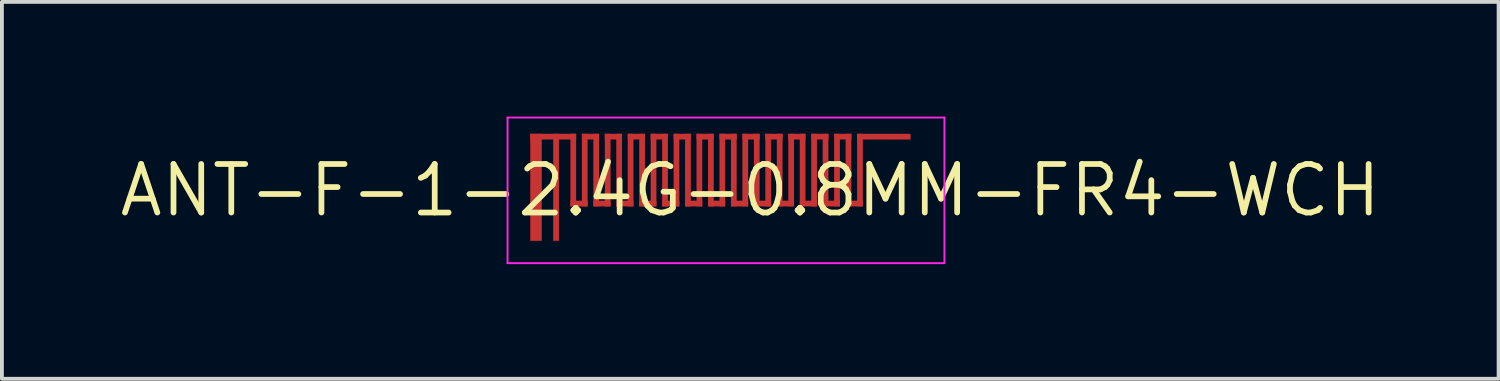
<source format=kicad_pcb>
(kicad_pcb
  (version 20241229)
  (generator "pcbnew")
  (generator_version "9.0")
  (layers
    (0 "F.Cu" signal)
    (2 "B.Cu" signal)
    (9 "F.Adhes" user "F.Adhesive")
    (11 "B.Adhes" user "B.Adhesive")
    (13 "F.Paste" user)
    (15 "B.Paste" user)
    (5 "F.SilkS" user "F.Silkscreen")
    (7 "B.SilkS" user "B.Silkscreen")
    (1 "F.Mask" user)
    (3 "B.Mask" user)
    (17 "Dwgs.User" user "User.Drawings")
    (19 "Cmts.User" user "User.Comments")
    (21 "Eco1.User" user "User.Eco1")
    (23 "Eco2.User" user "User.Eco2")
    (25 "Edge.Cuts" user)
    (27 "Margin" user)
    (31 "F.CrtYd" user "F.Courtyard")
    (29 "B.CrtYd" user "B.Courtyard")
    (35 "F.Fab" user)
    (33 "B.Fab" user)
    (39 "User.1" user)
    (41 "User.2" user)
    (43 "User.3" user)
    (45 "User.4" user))
  (footprint "ANT-F-1-2.4G-0.8MM-FR4-WCH"
    (layer "F.Cu")
    (at 15.943 1.93)
    (property "Reference" "ANT-F-1-2.4G-0.8MM-FR4-WCH" (at 0.635 0 0) (layer "F.SilkS") (effects (font (size 1.27 1.27) (thickness 0.15))))
    (attr exclude_from_pos_files exclude_from_bom)
    (fp_poly (pts (xy -4.37 -1.33) (xy -3.92 -1.33) (xy -3.92 -1.48) (xy -4.37 -1.48)) (stroke (width 0) (type solid)) (fill yes) (layer "F.Cu"))
    (fp_poly (pts (xy -4.37 -1.33) (xy -4.37 -1.48) (xy -5.12 -1.48) (xy -5.12 -1.33)) (stroke (width 0) (type solid)) (fill yes) (layer "F.Cu"))
    (fp_poly (pts (xy -4.07 0.42) (xy -3.92 0.42) (xy -3.92 -1.48) (xy -4.07 -1.48)) (stroke (width 0) (type solid)) (fill yes) (layer "F.Cu"))
    (fp_poly (pts (xy -4.07 0.42) (xy -3.62 0.42) (xy -3.62 0.27) (xy -4.07 0.27)) (stroke (width 0) (type solid)) (fill yes) (layer "F.Cu"))
    (fp_poly (pts (xy -3.77 0.42) (xy -3.62 0.42) (xy -3.62 -1.48) (xy -3.77 -1.48)) (stroke (width 0) (type solid)) (fill yes) (layer "F.Cu"))
    (fp_poly (pts (xy -3.77 -1.33) (xy -3.32 -1.33) (xy -3.32 -1.48) (xy -3.77 -1.48)) (stroke (width 0) (type solid)) (fill yes) (layer "F.Cu"))
    (fp_poly (pts (xy -3.47 0.42) (xy -3.32 0.42) (xy -3.32 -1.48) (xy -3.47 -1.48)) (stroke (width 0) (type solid)) (fill yes) (layer "F.Cu"))
    (fp_poly (pts (xy -3.47 0.42) (xy -3.02 0.42) (xy -3.02 0.27) (xy -3.47 0.27)) (stroke (width 0) (type solid)) (fill yes) (layer "F.Cu"))
    (fp_poly (pts (xy -3.17 -1.33) (xy -2.72 -1.33) (xy -2.72 -1.48) (xy -3.17 -1.48)) (stroke (width 0) (type solid)) (fill yes) (layer "F.Cu"))
    (fp_poly (pts (xy -3.17 0.42) (xy -3.02 0.42) (xy -3.02 -1.48) (xy -3.17 -1.48)) (stroke (width 0) (type solid)) (fill yes) (layer "F.Cu"))
    (fp_poly (pts (xy -2.87 0.42) (xy -2.72 0.42) (xy -2.72 -1.48) (xy -2.87 -1.48)) (stroke (width 0) (type solid)) (fill yes) (layer "F.Cu"))
    (fp_poly (pts (xy -2.87 0.42) (xy -2.42 0.42) (xy -2.42 0.27) (xy -2.87 0.27)) (stroke (width 0) (type solid)) (fill yes) (layer "F.Cu"))
    (fp_poly (pts (xy -2.57 0.42) (xy -2.42 0.42) (xy -2.42 -1.48) (xy -2.57 -1.48)) (stroke (width 0) (type solid)) (fill yes) (layer "F.Cu"))
    (fp_poly (pts (xy -2.57 -1.33) (xy -2.12 -1.33) (xy -2.12 -1.48) (xy -2.57 -1.48)) (stroke (width 0) (type solid)) (fill yes) (layer "F.Cu"))
    (fp_poly (pts (xy -2.27 0.42) (xy -2.12 0.42) (xy -2.12 -1.48) (xy -2.27 -1.48)) (stroke (width 0) (type solid)) (fill yes) (layer "F.Cu"))
    (fp_poly (pts (xy -2.27 0.42) (xy -1.82 0.42) (xy -1.82 0.27) (xy -2.27 0.27)) (stroke (width 0) (type solid)) (fill yes) (layer "F.Cu"))
    (fp_poly (pts (xy -1.97 0.42) (xy -1.82 0.42) (xy -1.82 -1.48) (xy -1.97 -1.48)) (stroke (width 0) (type solid)) (fill yes) (layer "F.Cu"))
    (fp_poly (pts (xy -1.97 -1.33) (xy -1.52 -1.33) (xy -1.52 -1.48) (xy -1.97 -1.48)) (stroke (width 0) (type solid)) (fill yes) (layer "F.Cu"))
    (fp_poly (pts (xy -1.67 0.42) (xy -1.52 0.42) (xy -1.52 -1.48) (xy -1.67 -1.48)) (stroke (width 0) (type solid)) (fill yes) (layer "F.Cu"))
    (fp_poly (pts (xy -1.67 0.42) (xy -1.22 0.42) (xy -1.22 0.27) (xy -1.67 0.27)) (stroke (width 0) (type solid)) (fill yes) (layer "F.Cu"))
    (fp_poly (pts (xy -1.37 0.42) (xy -1.22 0.42) (xy -1.22 -1.48) (xy -1.37 -1.48)) (stroke (width 0) (type solid)) (fill yes) (layer "F.Cu"))
    (fp_poly (pts (xy -1.37 -1.33) (xy -0.92 -1.33) (xy -0.92 -1.48) (xy -1.37 -1.48)) (stroke (width 0) (type solid)) (fill yes) (layer "F.Cu"))
    (fp_poly (pts (xy -1.07 0.42) (xy -0.92 0.42) (xy -0.92 -1.48) (xy -1.07 -1.48)) (stroke (width 0) (type solid)) (fill yes) (layer "F.Cu"))
    (fp_poly (pts (xy -1.07 0.42) (xy -0.62 0.42) (xy -0.62 0.27) (xy -1.07 0.27)) (stroke (width 0) (type solid)) (fill yes) (layer "F.Cu"))
    (fp_poly (pts (xy -0.77 0.42) (xy -0.62 0.42) (xy -0.62 -1.48) (xy -0.77 -1.48)) (stroke (width 0) (type solid)) (fill yes) (layer "F.Cu"))
    (fp_poly (pts (xy -0.77 -1.33) (xy -0.32 -1.33) (xy -0.32 -1.48) (xy -0.77 -1.48)) (stroke (width 0) (type solid)) (fill yes) (layer "F.Cu"))
    (fp_poly (pts (xy -0.47 0.42) (xy -0.32 0.42) (xy -0.32 -1.48) (xy -0.47 -1.48)) (stroke (width 0) (type solid)) (fill yes) (layer "F.Cu"))
    (fp_poly (pts (xy -0.47 0.42) (xy -0.02 0.42) (xy -0.02 0.27) (xy -0.47 0.27)) (stroke (width 0) (type solid)) (fill yes) (layer "F.Cu"))
    (fp_poly (pts (xy -0.17 0.42) (xy -0.02 0.42) (xy -0.02 -1.48) (xy -0.17 -1.48)) (stroke (width 0) (type solid)) (fill yes) (layer "F.Cu"))
    (fp_poly (pts (xy -0.17 -1.33) (xy 0.28 -1.33) (xy 0.28 -1.48) (xy -0.17 -1.48)) (stroke (width 0) (type solid)) (fill yes) (layer "F.Cu"))
    (fp_poly (pts (xy 0.13 0.42) (xy 0.28 0.42) (xy 0.28 -1.48) (xy 0.13 -1.48)) (stroke (width 0) (type solid)) (fill yes) (layer "F.Cu"))
    (fp_poly (pts (xy 0.13 0.42) (xy 0.58 0.42) (xy 0.58 0.27) (xy 0.13 0.27)) (stroke (width 0) (type solid)) (fill yes) (layer "F.Cu"))
    (fp_poly (pts (xy 0.43 0.42) (xy 0.58 0.42) (xy 0.58 -1.48) (xy 0.43 -1.48)) (stroke (width 0) (type solid)) (fill yes) (layer "F.Cu"))
    (fp_poly (pts (xy 0.43 -1.33) (xy 0.88 -1.33) (xy 0.88 -1.48) (xy 0.43 -1.48)) (stroke (width 0) (type solid)) (fill yes) (layer "F.Cu"))
    (fp_poly (pts (xy 0.73 0.42) (xy 0.88 0.42) (xy 0.88 -1.48) (xy 0.73 -1.48)) (stroke (width 0) (type solid)) (fill yes) (layer "F.Cu"))
    (fp_poly (pts (xy 0.73 0.42) (xy 1.18 0.42) (xy 1.18 0.27) (xy 0.73 0.27)) (stroke (width 0) (type solid)) (fill yes) (layer "F.Cu"))
    (fp_poly (pts (xy 1.03 0.42) (xy 1.18 0.42) (xy 1.18 -1.48) (xy 1.03 -1.48)) (stroke (width 0) (type solid)) (fill yes) (layer "F.Cu"))
    (fp_poly (pts (xy 1.03 -1.33) (xy 1.48 -1.33) (xy 1.48 -1.48) (xy 1.03 -1.48)) (stroke (width 0) (type solid)) (fill yes) (layer "F.Cu"))
    (fp_poly (pts (xy 1.33 0.42) (xy 1.48 0.42) (xy 1.48 -1.48) (xy 1.33 -1.48)) (stroke (width 0) (type solid)) (fill yes) (layer "F.Cu"))
    (fp_poly (pts (xy 1.33 0.42) (xy 1.78 0.42) (xy 1.78 0.27) (xy 1.33 0.27)) (stroke (width 0) (type solid)) (fill yes) (layer "F.Cu"))
    (fp_poly (pts (xy 1.63 0.42) (xy 1.78 0.42) (xy 1.78 -1.48) (xy 1.63 -1.48)) (stroke (width 0) (type solid)) (fill yes) (layer "F.Cu"))
    (fp_poly (pts (xy 1.63 -1.33) (xy 2.08 -1.33) (xy 2.08 -1.48) (xy 1.63 -1.48)) (stroke (width 0) (type solid)) (fill yes) (layer "F.Cu"))
    (fp_poly (pts (xy 1.93 0.42) (xy 2.08 0.42) (xy 2.08 -1.48) (xy 1.93 -1.48)) (stroke (width 0) (type solid)) (fill yes) (layer "F.Cu"))
    (fp_poly (pts (xy 1.93 0.42) (xy 2.38 0.42) (xy 2.38 0.27) (xy 1.93 0.27)) (stroke (width 0) (type solid)) (fill yes) (layer "F.Cu"))
    (fp_poly (pts (xy 2.23 0.42) (xy 2.38 0.42) (xy 2.38 -1.48) (xy 2.23 -1.48)) (stroke (width 0) (type solid)) (fill yes) (layer "F.Cu"))
    (fp_poly (pts (xy 2.23 -1.33) (xy 2.68 -1.33) (xy 2.68 -1.48) (xy 2.23 -1.48)) (stroke (width 0) (type solid)) (fill yes) (layer "F.Cu"))
    (fp_poly (pts (xy 2.53 0.42) (xy 2.68 0.42) (xy 2.68 -1.48) (xy 2.53 -1.48)) (stroke (width 0) (type solid)) (fill yes) (layer "F.Cu"))
    (fp_poly (pts (xy 2.53 0.42) (xy 2.98 0.42) (xy 2.98 0.27) (xy 2.53 0.27)) (stroke (width 0) (type solid)) (fill yes) (layer "F.Cu"))
    (fp_poly (pts (xy 2.83 0.42) (xy 2.98 0.42) (xy 2.98 -1.48) (xy 2.83 -1.48)) (stroke (width 0) (type solid)) (fill yes) (layer "F.Cu"))
    (fp_poly (pts (xy 2.83 -1.33) (xy 3.28 -1.33) (xy 3.28 -1.48) (xy 2.83 -1.48)) (stroke (width 0) (type solid)) (fill yes) (layer "F.Cu"))
    (fp_poly (pts (xy 3.13 0.42) (xy 3.28 0.42) (xy 3.28 -1.48) (xy 3.13 -1.48)) (stroke (width 0) (type solid)) (fill yes) (layer "F.Cu"))
    (fp_poly (pts (xy 3.13 0.42) (xy 3.58 0.42) (xy 3.58 0.27) (xy 3.13 0.27)) (stroke (width 0) (type solid)) (fill yes) (layer "F.Cu"))
    (fp_poly (pts (xy 3.43 0.42) (xy 3.58 0.42) (xy 3.58 -1.48) (xy 3.43 -1.48)) (stroke (width 0) (type solid)) (fill yes) (layer "F.Cu"))
    (fp_poly (pts (xy 3.43 -1.33) (xy 4.83 -1.33) (xy 4.83 -1.48) (xy 3.43 -1.48)) (stroke (width 0) (type solid)) (fill yes) (layer "F.Cu"))
    (fp_poly (pts (xy -5.12 1.32) (xy -4.82 1.32) (xy -4.82 -1.48) (xy -5.12 -1.48)) (stroke (width 0) (type solid)) (fill yes) (layer "F.Mask"))
    (fp_poly (pts (xy -4.52 1.32) (xy -4.37 1.32) (xy -4.37 -1.48) (xy -4.52 -1.48)) (stroke (width 0) (type solid)) (fill yes) (layer "F.Mask"))
    (fp_poly (pts (xy -4.37 -1.33) (xy -3.92 -1.33) (xy -3.92 -1.48) (xy -4.37 -1.48)) (stroke (width 0) (type solid)) (fill yes) (layer "F.Mask"))
    (fp_poly (pts (xy -4.37 -1.33) (xy -4.37 -1.48) (xy -5.12 -1.48) (xy -5.12 -1.33)) (stroke (width 0) (type solid)) (fill yes) (layer "F.Mask"))
    (fp_poly (pts (xy -4.07 0.42) (xy -3.92 0.42) (xy -3.92 -1.48) (xy -4.07 -1.48)) (stroke (width 0) (type solid)) (fill yes) (layer "F.Mask"))
    (fp_poly (pts (xy -4.07 0.42) (xy -3.62 0.42) (xy -3.62 0.27) (xy -4.07 0.27)) (stroke (width 0) (type solid)) (fill yes) (layer "F.Mask"))
    (fp_poly (pts (xy -3.77 0.42) (xy -3.62 0.42) (xy -3.62 -1.48) (xy -3.77 -1.48)) (stroke (width 0) (type solid)) (fill yes) (layer "F.Mask"))
    (fp_poly (pts (xy -3.77 -1.33) (xy -3.32 -1.33) (xy -3.32 -1.48) (xy -3.77 -1.48)) (stroke (width 0) (type solid)) (fill yes) (layer "F.Mask"))
    (fp_poly (pts (xy -3.47 0.42) (xy -3.32 0.42) (xy -3.32 -1.48) (xy -3.47 -1.48)) (stroke (width 0) (type solid)) (fill yes) (layer "F.Mask"))
    (fp_poly (pts (xy -3.47 0.42) (xy -3.02 0.42) (xy -3.02 0.27) (xy -3.47 0.27)) (stroke (width 0) (type solid)) (fill yes) (layer "F.Mask"))
    (fp_poly (pts (xy -3.17 -1.33) (xy -2.72 -1.33) (xy -2.72 -1.48) (xy -3.17 -1.48)) (stroke (width 0) (type solid)) (fill yes) (layer "F.Mask"))
    (fp_poly (pts (xy -3.17 0.42) (xy -3.02 0.42) (xy -3.02 -1.48) (xy -3.17 -1.48)) (stroke (width 0) (type solid)) (fill yes) (layer "F.Mask"))
    (fp_poly (pts (xy -2.87 0.42) (xy -2.72 0.42) (xy -2.72 -1.48) (xy -2.87 -1.48)) (stroke (width 0) (type solid)) (fill yes) (layer "F.Mask"))
    (fp_poly (pts (xy -2.87 0.42) (xy -2.42 0.42) (xy -2.42 0.27) (xy -2.87 0.27)) (stroke (width 0) (type solid)) (fill yes) (layer "F.Mask"))
    (fp_poly (pts (xy -2.57 0.42) (xy -2.42 0.42) (xy -2.42 -1.48) (xy -2.57 -1.48)) (stroke (width 0) (type solid)) (fill yes) (layer "F.Mask"))
    (fp_poly (pts (xy -2.57 -1.33) (xy -2.12 -1.33) (xy -2.12 -1.48) (xy -2.57 -1.48)) (stroke (width 0) (type solid)) (fill yes) (layer "F.Mask"))
    (fp_poly (pts (xy -2.27 0.42) (xy -2.12 0.42) (xy -2.12 -1.48) (xy -2.27 -1.48)) (stroke (width 0) (type solid)) (fill yes) (layer "F.Mask"))
    (fp_poly (pts (xy -2.27 0.42) (xy -1.82 0.42) (xy -1.82 0.27) (xy -2.27 0.27)) (stroke (width 0) (type solid)) (fill yes) (layer "F.Mask"))
    (fp_poly (pts (xy -1.97 0.42) (xy -1.82 0.42) (xy -1.82 -1.48) (xy -1.97 -1.48)) (stroke (width 0) (type solid)) (fill yes) (layer "F.Mask"))
    (fp_poly (pts (xy -1.97 -1.33) (xy -1.52 -1.33) (xy -1.52 -1.48) (xy -1.97 -1.48)) (stroke (width 0) (type solid)) (fill yes) (layer "F.Mask"))
    (fp_poly (pts (xy -1.67 0.42) (xy -1.52 0.42) (xy -1.52 -1.48) (xy -1.67 -1.48)) (stroke (width 0) (type solid)) (fill yes) (layer "F.Mask"))
    (fp_poly (pts (xy -1.67 0.42) (xy -1.22 0.42) (xy -1.22 0.27) (xy -1.67 0.27)) (stroke (width 0) (type solid)) (fill yes) (layer "F.Mask"))
    (fp_poly (pts (xy -1.37 0.42) (xy -1.22 0.42) (xy -1.22 -1.48) (xy -1.37 -1.48)) (stroke (width 0) (type solid)) (fill yes) (layer "F.Mask"))
    (fp_poly (pts (xy -1.37 -1.33) (xy -0.92 -1.33) (xy -0.92 -1.48) (xy -1.37 -1.48)) (stroke (width 0) (type solid)) (fill yes) (layer "F.Mask"))
    (fp_poly (pts (xy -1.07 0.42) (xy -0.92 0.42) (xy -0.92 -1.48) (xy -1.07 -1.48)) (stroke (width 0) (type solid)) (fill yes) (layer "F.Mask"))
    (fp_poly (pts (xy -1.07 0.42) (xy -0.62 0.42) (xy -0.62 0.27) (xy -1.07 0.27)) (stroke (width 0) (type solid)) (fill yes) (layer "F.Mask"))
    (fp_poly (pts (xy -0.77 0.42) (xy -0.62 0.42) (xy -0.62 -1.48) (xy -0.77 -1.48)) (stroke (width 0) (type solid)) (fill yes) (layer "F.Mask"))
    (fp_poly (pts (xy -0.77 -1.33) (xy -0.32 -1.33) (xy -0.32 -1.48) (xy -0.77 -1.48)) (stroke (width 0) (type solid)) (fill yes) (layer "F.Mask"))
    (fp_poly (pts (xy -0.47 0.42) (xy -0.32 0.42) (xy -0.32 -1.48) (xy -0.47 -1.48)) (stroke (width 0) (type solid)) (fill yes) (layer "F.Mask"))
    (fp_poly (pts (xy -0.47 0.42) (xy -0.02 0.42) (xy -0.02 0.27) (xy -0.47 0.27)) (stroke (width 0) (type solid)) (fill yes) (layer "F.Mask"))
    (fp_poly (pts (xy -0.17 0.42) (xy -0.02 0.42) (xy -0.02 -1.48) (xy -0.17 -1.48)) (stroke (width 0) (type solid)) (fill yes) (layer "F.Mask"))
    (fp_poly (pts (xy -0.17 -1.33) (xy 0.28 -1.33) (xy 0.28 -1.48) (xy -0.17 -1.48)) (stroke (width 0) (type solid)) (fill yes) (layer "F.Mask"))
    (fp_poly (pts (xy 0.13 0.42) (xy 0.28 0.42) (xy 0.28 -1.48) (xy 0.13 -1.48)) (stroke (width 0) (type solid)) (fill yes) (layer "F.Mask"))
    (fp_poly (pts (xy 0.13 0.42) (xy 0.58 0.42) (xy 0.58 0.27) (xy 0.13 0.27)) (stroke (width 0) (type solid)) (fill yes) (layer "F.Mask"))
    (fp_poly (pts (xy 0.43 0.42) (xy 0.58 0.42) (xy 0.58 -1.48) (xy 0.43 -1.48)) (stroke (width 0) (type solid)) (fill yes) (layer "F.Mask"))
    (fp_poly (pts (xy 0.43 -1.33) (xy 0.88 -1.33) (xy 0.88 -1.48) (xy 0.43 -1.48)) (stroke (width 0) (type solid)) (fill yes) (layer "F.Mask"))
    (fp_poly (pts (xy 0.73 0.42) (xy 0.88 0.42) (xy 0.88 -1.48) (xy 0.73 -1.48)) (stroke (width 0) (type solid)) (fill yes) (layer "F.Mask"))
    (fp_poly (pts (xy 0.73 0.42) (xy 1.18 0.42) (xy 1.18 0.27) (xy 0.73 0.27)) (stroke (width 0) (type solid)) (fill yes) (layer "F.Mask"))
    (fp_poly (pts (xy 1.03 0.42) (xy 1.18 0.42) (xy 1.18 -1.48) (xy 1.03 -1.48)) (stroke (width 0) (type solid)) (fill yes) (layer "F.Mask"))
    (fp_poly (pts (xy 1.03 -1.33) (xy 1.48 -1.33) (xy 1.48 -1.48) (xy 1.03 -1.48)) (stroke (width 0) (type solid)) (fill yes) (layer "F.Mask"))
    (fp_poly (pts (xy 1.33 0.42) (xy 1.48 0.42) (xy 1.48 -1.48) (xy 1.33 -1.48)) (stroke (width 0) (type solid)) (fill yes) (layer "F.Mask"))
    (fp_poly (pts (xy 1.33 0.42) (xy 1.78 0.42) (xy 1.78 0.27) (xy 1.33 0.27)) (stroke (width 0) (type solid)) (fill yes) (layer "F.Mask"))
    (fp_poly (pts (xy 1.63 0.42) (xy 1.78 0.42) (xy 1.78 -1.48) (xy 1.63 -1.48)) (stroke (width 0) (type solid)) (fill yes) (layer "F.Mask"))
    (fp_poly (pts (xy 1.63 -1.33) (xy 2.08 -1.33) (xy 2.08 -1.48) (xy 1.63 -1.48)) (stroke (width 0) (type solid)) (fill yes) (layer "F.Mask"))
    (fp_poly (pts (xy 1.93 0.42) (xy 2.08 0.42) (xy 2.08 -1.48) (xy 1.93 -1.48)) (stroke (width 0) (type solid)) (fill yes) (layer "F.Mask"))
    (fp_poly (pts (xy 1.93 0.42) (xy 2.38 0.42) (xy 2.38 0.27) (xy 1.93 0.27)) (stroke (width 0) (type solid)) (fill yes) (layer "F.Mask"))
    (fp_poly (pts (xy 2.23 0.42) (xy 2.38 0.42) (xy 2.38 -1.48) (xy 2.23 -1.48)) (stroke (width 0) (type solid)) (fill yes) (layer "F.Mask"))
    (fp_poly (pts (xy 2.23 -1.33) (xy 2.68 -1.33) (xy 2.68 -1.48) (xy 2.23 -1.48)) (stroke (width 0) (type solid)) (fill yes) (layer "F.Mask"))
    (fp_poly (pts (xy 2.53 0.42) (xy 2.68 0.42) (xy 2.68 -1.48) (xy 2.53 -1.48)) (stroke (width 0) (type solid)) (fill yes) (layer "F.Mask"))
    (fp_poly (pts (xy 2.53 0.42) (xy 2.98 0.42) (xy 2.98 0.27) (xy 2.53 0.27)) (stroke (width 0) (type solid)) (fill yes) (layer "F.Mask"))
    (fp_poly (pts (xy 2.83 0.42) (xy 2.98 0.42) (xy 2.98 -1.48) (xy 2.83 -1.48)) (stroke (width 0) (type solid)) (fill yes) (layer "F.Mask"))
    (fp_poly (pts (xy 2.83 -1.33) (xy 3.28 -1.33) (xy 3.28 -1.48) (xy 2.83 -1.48)) (stroke (width 0) (type solid)) (fill yes) (layer "F.Mask"))
    (fp_poly (pts (xy 3.13 0.42) (xy 3.28 0.42) (xy 3.28 -1.48) (xy 3.13 -1.48)) (stroke (width 0) (type solid)) (fill yes) (layer "F.Mask"))
    (fp_poly (pts (xy 3.13 0.42) (xy 3.58 0.42) (xy 3.58 0.27) (xy 3.13 0.27)) (stroke (width 0) (type solid)) (fill yes) (layer "F.Mask"))
    (fp_poly (pts (xy 3.43 0.42) (xy 3.58 0.42) (xy 3.58 -1.48) (xy 3.43 -1.48)) (stroke (width 0) (type solid)) (fill yes) (layer "F.Mask"))
    (fp_poly (pts (xy 3.43 -1.33) (xy 4.83 -1.33) (xy 4.83 -1.48) (xy 3.43 -1.48)) (stroke (width 0) (type solid)) (fill yes) (layer "F.Mask"))
    (fp_line (start -5.715 -1.905) (end 5.715 -1.905) (stroke (width 0.05) (type solid)) (layer "F.CrtYd"))
    (fp_line (start -5.715 1.905) (end -5.715 -1.905) (stroke (width 0.05) (type solid)) (layer "F.CrtYd"))
    (fp_line (start 5.715 -1.905) (end 5.715 1.905) (stroke (width 0.05) (type solid)) (layer "F.CrtYd"))
    (fp_line (start 5.715 1.905) (end -5.715 1.905) (stroke (width 0.05) (type solid)) (layer "F.CrtYd"))
    (pad "0" smd rect (at -4.97 -0.08) (size 0.3 2.8) (layers "F.Cu" "F.Mask" "F.Paste"))
    (pad "1" smd rect (at -4.445 -0.08) (size 0.15 2.8) (layers "F.Cu" "F.Mask" "F.Paste")))
  (gr_rect
    (start -3 -3)
    (end 36.156 6.86)
    (stroke (width 0.1) (type default))
    (fill no)
    (layer "Edge.Cuts")))
</source>
